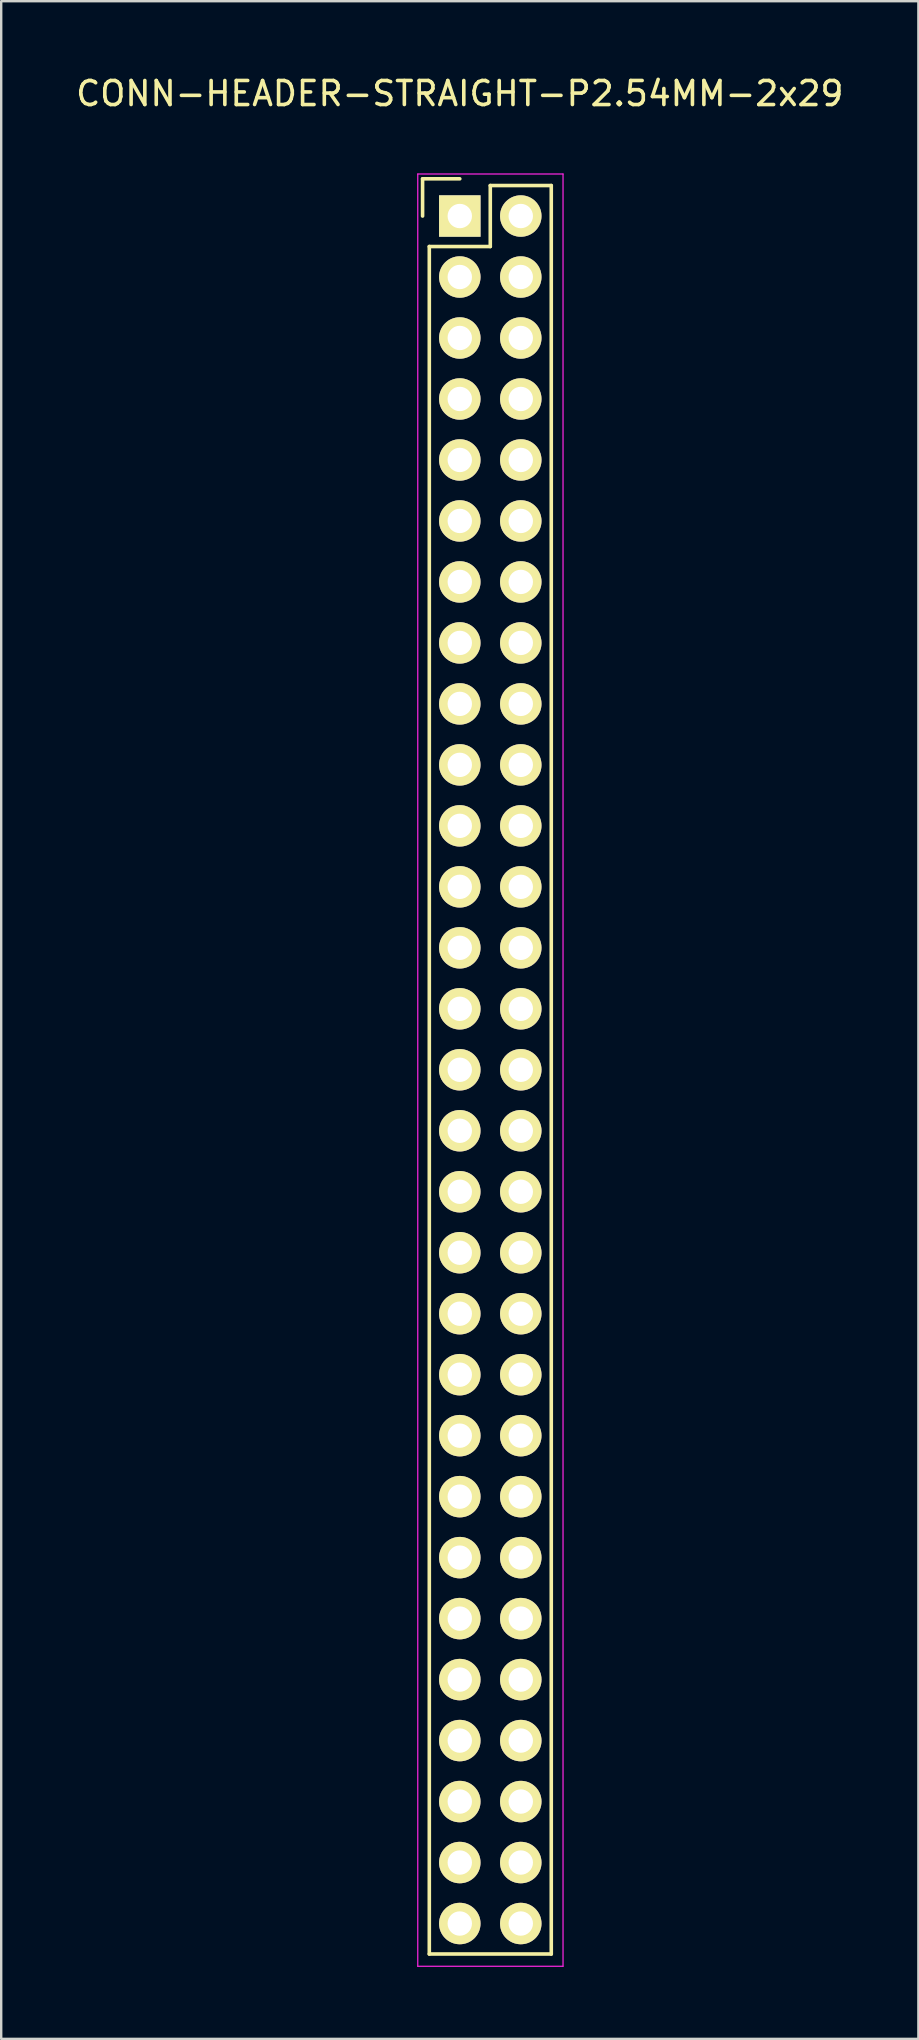
<source format=kicad_pcb>
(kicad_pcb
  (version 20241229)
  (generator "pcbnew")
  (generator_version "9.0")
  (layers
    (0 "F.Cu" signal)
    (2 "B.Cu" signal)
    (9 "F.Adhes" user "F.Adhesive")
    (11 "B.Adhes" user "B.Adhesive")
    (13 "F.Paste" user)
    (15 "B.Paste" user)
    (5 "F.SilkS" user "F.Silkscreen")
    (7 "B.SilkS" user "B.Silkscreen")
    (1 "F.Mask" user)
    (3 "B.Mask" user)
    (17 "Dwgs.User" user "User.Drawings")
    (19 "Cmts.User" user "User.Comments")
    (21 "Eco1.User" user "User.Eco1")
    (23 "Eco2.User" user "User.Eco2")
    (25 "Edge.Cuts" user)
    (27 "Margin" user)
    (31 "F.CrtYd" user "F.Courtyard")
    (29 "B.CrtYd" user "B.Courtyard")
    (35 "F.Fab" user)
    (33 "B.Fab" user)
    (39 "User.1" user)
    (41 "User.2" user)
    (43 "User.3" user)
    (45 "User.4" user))
  (footprint "CONN-HEADER-STRAIGHT-P2.54MM-2x29"
    (layer "F.Cu")
    (at 16.101 5.948)
    (property "Reference" "CONN-HEADER-STRAIGHT-P2.54MM-2x29" (at 0 -5.1 0) (layer "F.SilkS") (effects (font (size 1 1) (thickness 0.15))))
    (attr through_hole)
    (fp_line (start -1.55 -1.55) (end -1.55 0) (stroke (width 0.15) (type solid)) (layer "F.SilkS"))
    (fp_line (start -1.27 1.27) (end -1.27 72.39) (stroke (width 0.15) (type solid)) (layer "F.SilkS"))
    (fp_line (start 0 -1.55) (end -1.55 -1.55) (stroke (width 0.15) (type solid)) (layer "F.SilkS"))
    (fp_line (start 1.27 -1.27) (end 1.27 1.27) (stroke (width 0.15) (type solid)) (layer "F.SilkS"))
    (fp_line (start 1.27 1.27) (end -1.27 1.27) (stroke (width 0.15) (type solid)) (layer "F.SilkS"))
    (fp_line (start 3.81 -1.27) (end 1.27 -1.27) (stroke (width 0.15) (type solid)) (layer "F.SilkS"))
    (fp_line (start 3.81 72.39) (end -1.27 72.39) (stroke (width 0.15) (type solid)) (layer "F.SilkS"))
    (fp_line (start 3.81 72.39) (end 3.81 -1.27) (stroke (width 0.15) (type solid)) (layer "F.SilkS"))
    (fp_line (start -1.75 -1.75) (end -1.75 72.9) (stroke (width 0.05) (type solid)) (layer "F.CrtYd"))
    (fp_line (start -1.75 -1.75) (end 4.3 -1.75) (stroke (width 0.05) (type solid)) (layer "F.CrtYd"))
    (fp_line (start -1.75 72.9) (end 4.3 72.9) (stroke (width 0.05) (type solid)) (layer "F.CrtYd"))
    (fp_line (start 4.3 -1.75) (end 4.3 72.9) (stroke (width 0.05) (type solid)) (layer "F.CrtYd"))
    (pad "1" thru_hole rect (at 0 0) (size 1.727 1.727) (drill 1.016) (layers "*.Cu" "*.Mask" "F.SilkS"))
    (pad "2" thru_hole oval (at 2.54 0) (size 1.727 1.727) (drill 1.016) (layers "*.Cu" "*.Mask" "F.SilkS"))
    (pad "3" thru_hole oval (at 0 2.54) (size 1.727 1.727) (drill 1.016) (layers "*.Cu" "*.Mask" "F.SilkS"))
    (pad "4" thru_hole oval (at 2.54 2.54) (size 1.727 1.727) (drill 1.016) (layers "*.Cu" "*.Mask" "F.SilkS"))
    (pad "5" thru_hole oval (at 0 5.08) (size 1.727 1.727) (drill 1.016) (layers "*.Cu" "*.Mask" "F.SilkS"))
    (pad "6" thru_hole oval (at 2.54 5.08) (size 1.727 1.727) (drill 1.016) (layers "*.Cu" "*.Mask" "F.SilkS"))
    (pad "7" thru_hole oval (at 0 7.62) (size 1.727 1.727) (drill 1.016) (layers "*.Cu" "*.Mask" "F.SilkS"))
    (pad "8" thru_hole oval (at 2.54 7.62) (size 1.727 1.727) (drill 1.016) (layers "*.Cu" "*.Mask" "F.SilkS"))
    (pad "9" thru_hole oval (at 0 10.16) (size 1.727 1.727) (drill 1.016) (layers "*.Cu" "*.Mask" "F.SilkS"))
    (pad "10" thru_hole oval (at 2.54 10.16) (size 1.727 1.727) (drill 1.016) (layers "*.Cu" "*.Mask" "F.SilkS"))
    (pad "11" thru_hole oval (at 0 12.7) (size 1.727 1.727) (drill 1.016) (layers "*.Cu" "*.Mask" "F.SilkS"))
    (pad "12" thru_hole oval (at 2.54 12.7) (size 1.727 1.727) (drill 1.016) (layers "*.Cu" "*.Mask" "F.SilkS"))
    (pad "13" thru_hole oval (at 0 15.24) (size 1.727 1.727) (drill 1.016) (layers "*.Cu" "*.Mask" "F.SilkS"))
    (pad "14" thru_hole oval (at 2.54 15.24) (size 1.727 1.727) (drill 1.016) (layers "*.Cu" "*.Mask" "F.SilkS"))
    (pad "15" thru_hole oval (at 0 17.78) (size 1.727 1.727) (drill 1.016) (layers "*.Cu" "*.Mask" "F.SilkS"))
    (pad "16" thru_hole oval (at 2.54 17.78) (size 1.727 1.727) (drill 1.016) (layers "*.Cu" "*.Mask" "F.SilkS"))
    (pad "17" thru_hole oval (at 0 20.32) (size 1.727 1.727) (drill 1.016) (layers "*.Cu" "*.Mask" "F.SilkS"))
    (pad "18" thru_hole oval (at 2.54 20.32) (size 1.727 1.727) (drill 1.016) (layers "*.Cu" "*.Mask" "F.SilkS"))
    (pad "19" thru_hole oval (at 0 22.86) (size 1.727 1.727) (drill 1.016) (layers "*.Cu" "*.Mask" "F.SilkS"))
    (pad "20" thru_hole oval (at 2.54 22.86) (size 1.727 1.727) (drill 1.016) (layers "*.Cu" "*.Mask" "F.SilkS"))
    (pad "21" thru_hole oval (at 0 25.4) (size 1.727 1.727) (drill 1.016) (layers "*.Cu" "*.Mask" "F.SilkS"))
    (pad "22" thru_hole oval (at 2.54 25.4) (size 1.727 1.727) (drill 1.016) (layers "*.Cu" "*.Mask" "F.SilkS"))
    (pad "23" thru_hole oval (at 0 27.94) (size 1.727 1.727) (drill 1.016) (layers "*.Cu" "*.Mask" "F.SilkS"))
    (pad "24" thru_hole oval (at 2.54 27.94) (size 1.727 1.727) (drill 1.016) (layers "*.Cu" "*.Mask" "F.SilkS"))
    (pad "25" thru_hole oval (at 0 30.48) (size 1.727 1.727) (drill 1.016) (layers "*.Cu" "*.Mask" "F.SilkS"))
    (pad "26" thru_hole oval (at 2.54 30.48) (size 1.727 1.727) (drill 1.016) (layers "*.Cu" "*.Mask" "F.SilkS"))
    (pad "27" thru_hole oval (at 0 33.02) (size 1.727 1.727) (drill 1.016) (layers "*.Cu" "*.Mask" "F.SilkS"))
    (pad "28" thru_hole oval (at 2.54 33.02) (size 1.727 1.727) (drill 1.016) (layers "*.Cu" "*.Mask" "F.SilkS"))
    (pad "29" thru_hole oval (at 0 35.56) (size 1.727 1.727) (drill 1.016) (layers "*.Cu" "*.Mask" "F.SilkS"))
    (pad "30" thru_hole oval (at 2.54 35.56) (size 1.727 1.727) (drill 1.016) (layers "*.Cu" "*.Mask" "F.SilkS"))
    (pad "31" thru_hole oval (at 0 38.1) (size 1.727 1.727) (drill 1.016) (layers "*.Cu" "*.Mask" "F.SilkS"))
    (pad "32" thru_hole oval (at 2.54 38.1) (size 1.727 1.727) (drill 1.016) (layers "*.Cu" "*.Mask" "F.SilkS"))
    (pad "33" thru_hole oval (at 0 40.64) (size 1.727 1.727) (drill 1.016) (layers "*.Cu" "*.Mask" "F.SilkS"))
    (pad "34" thru_hole oval (at 2.54 40.64) (size 1.727 1.727) (drill 1.016) (layers "*.Cu" "*.Mask" "F.SilkS"))
    (pad "35" thru_hole oval (at 0 43.18) (size 1.727 1.727) (drill 1.016) (layers "*.Cu" "*.Mask" "F.SilkS"))
    (pad "36" thru_hole oval (at 2.54 43.18) (size 1.727 1.727) (drill 1.016) (layers "*.Cu" "*.Mask" "F.SilkS"))
    (pad "37" thru_hole oval (at 0 45.72) (size 1.727 1.727) (drill 1.016) (layers "*.Cu" "*.Mask" "F.SilkS"))
    (pad "38" thru_hole oval (at 2.54 45.72) (size 1.727 1.727) (drill 1.016) (layers "*.Cu" "*.Mask" "F.SilkS"))
    (pad "39" thru_hole oval (at 0 48.26) (size 1.727 1.727) (drill 1.016) (layers "*.Cu" "*.Mask" "F.SilkS"))
    (pad "40" thru_hole oval (at 2.54 48.26) (size 1.727 1.727) (drill 1.016) (layers "*.Cu" "*.Mask" "F.SilkS"))
    (pad "41" thru_hole oval (at 0 50.8) (size 1.727 1.727) (drill 1.016) (layers "*.Cu" "*.Mask" "F.SilkS"))
    (pad "42" thru_hole oval (at 2.54 50.8) (size 1.727 1.727) (drill 1.016) (layers "*.Cu" "*.Mask" "F.SilkS"))
    (pad "43" thru_hole oval (at 0 53.34) (size 1.727 1.727) (drill 1.016) (layers "*.Cu" "*.Mask" "F.SilkS"))
    (pad "44" thru_hole oval (at 2.54 53.34) (size 1.727 1.727) (drill 1.016) (layers "*.Cu" "*.Mask" "F.SilkS"))
    (pad "45" thru_hole oval (at 0 55.88) (size 1.727 1.727) (drill 1.016) (layers "*.Cu" "*.Mask" "F.SilkS"))
    (pad "46" thru_hole oval (at 2.54 55.88) (size 1.727 1.727) (drill 1.016) (layers "*.Cu" "*.Mask" "F.SilkS"))
    (pad "47" thru_hole oval (at 0 58.42) (size 1.727 1.727) (drill 1.016) (layers "*.Cu" "*.Mask" "F.SilkS"))
    (pad "48" thru_hole oval (at 2.54 58.42) (size 1.727 1.727) (drill 1.016) (layers "*.Cu" "*.Mask" "F.SilkS"))
    (pad "49" thru_hole oval (at 0 60.96) (size 1.727 1.727) (drill 1.016) (layers "*.Cu" "*.Mask" "F.SilkS"))
    (pad "50" thru_hole oval (at 2.54 60.96) (size 1.727 1.727) (drill 1.016) (layers "*.Cu" "*.Mask" "F.SilkS"))
    (pad "51" thru_hole oval (at 0 63.5) (size 1.727 1.727) (drill 1.016) (layers "*.Cu" "*.Mask" "F.SilkS"))
    (pad "52" thru_hole oval (at 2.54 63.5) (size 1.727 1.727) (drill 1.016) (layers "*.Cu" "*.Mask" "F.SilkS"))
    (pad "53" thru_hole oval (at 0 66.04) (size 1.727 1.727) (drill 1.016) (layers "*.Cu" "*.Mask" "F.SilkS"))
    (pad "54" thru_hole oval (at 2.54 66.04) (size 1.727 1.727) (drill 1.016) (layers "*.Cu" "*.Mask" "F.SilkS"))
    (pad "55" thru_hole oval (at 0 68.58) (size 1.727 1.727) (drill 1.016) (layers "*.Cu" "*.Mask" "F.SilkS"))
    (pad "56" thru_hole oval (at 2.54 68.58) (size 1.727 1.727) (drill 1.016) (layers "*.Cu" "*.Mask" "F.SilkS"))
    (pad "57" thru_hole oval (at 0 71.12) (size 1.727 1.727) (drill 1.016) (layers "*.Cu" "*.Mask" "F.SilkS"))
    (pad "58" thru_hole oval (at 2.54 71.12) (size 1.727 1.727) (drill 1.016) (layers "*.Cu" "*.Mask" "F.SilkS")))
  (gr_rect
    (start -3 -3)
    (end 35.202 81.873)
    (stroke (width 0.1) (type default))
    (fill no)
    (layer "Edge.Cuts")))
</source>
